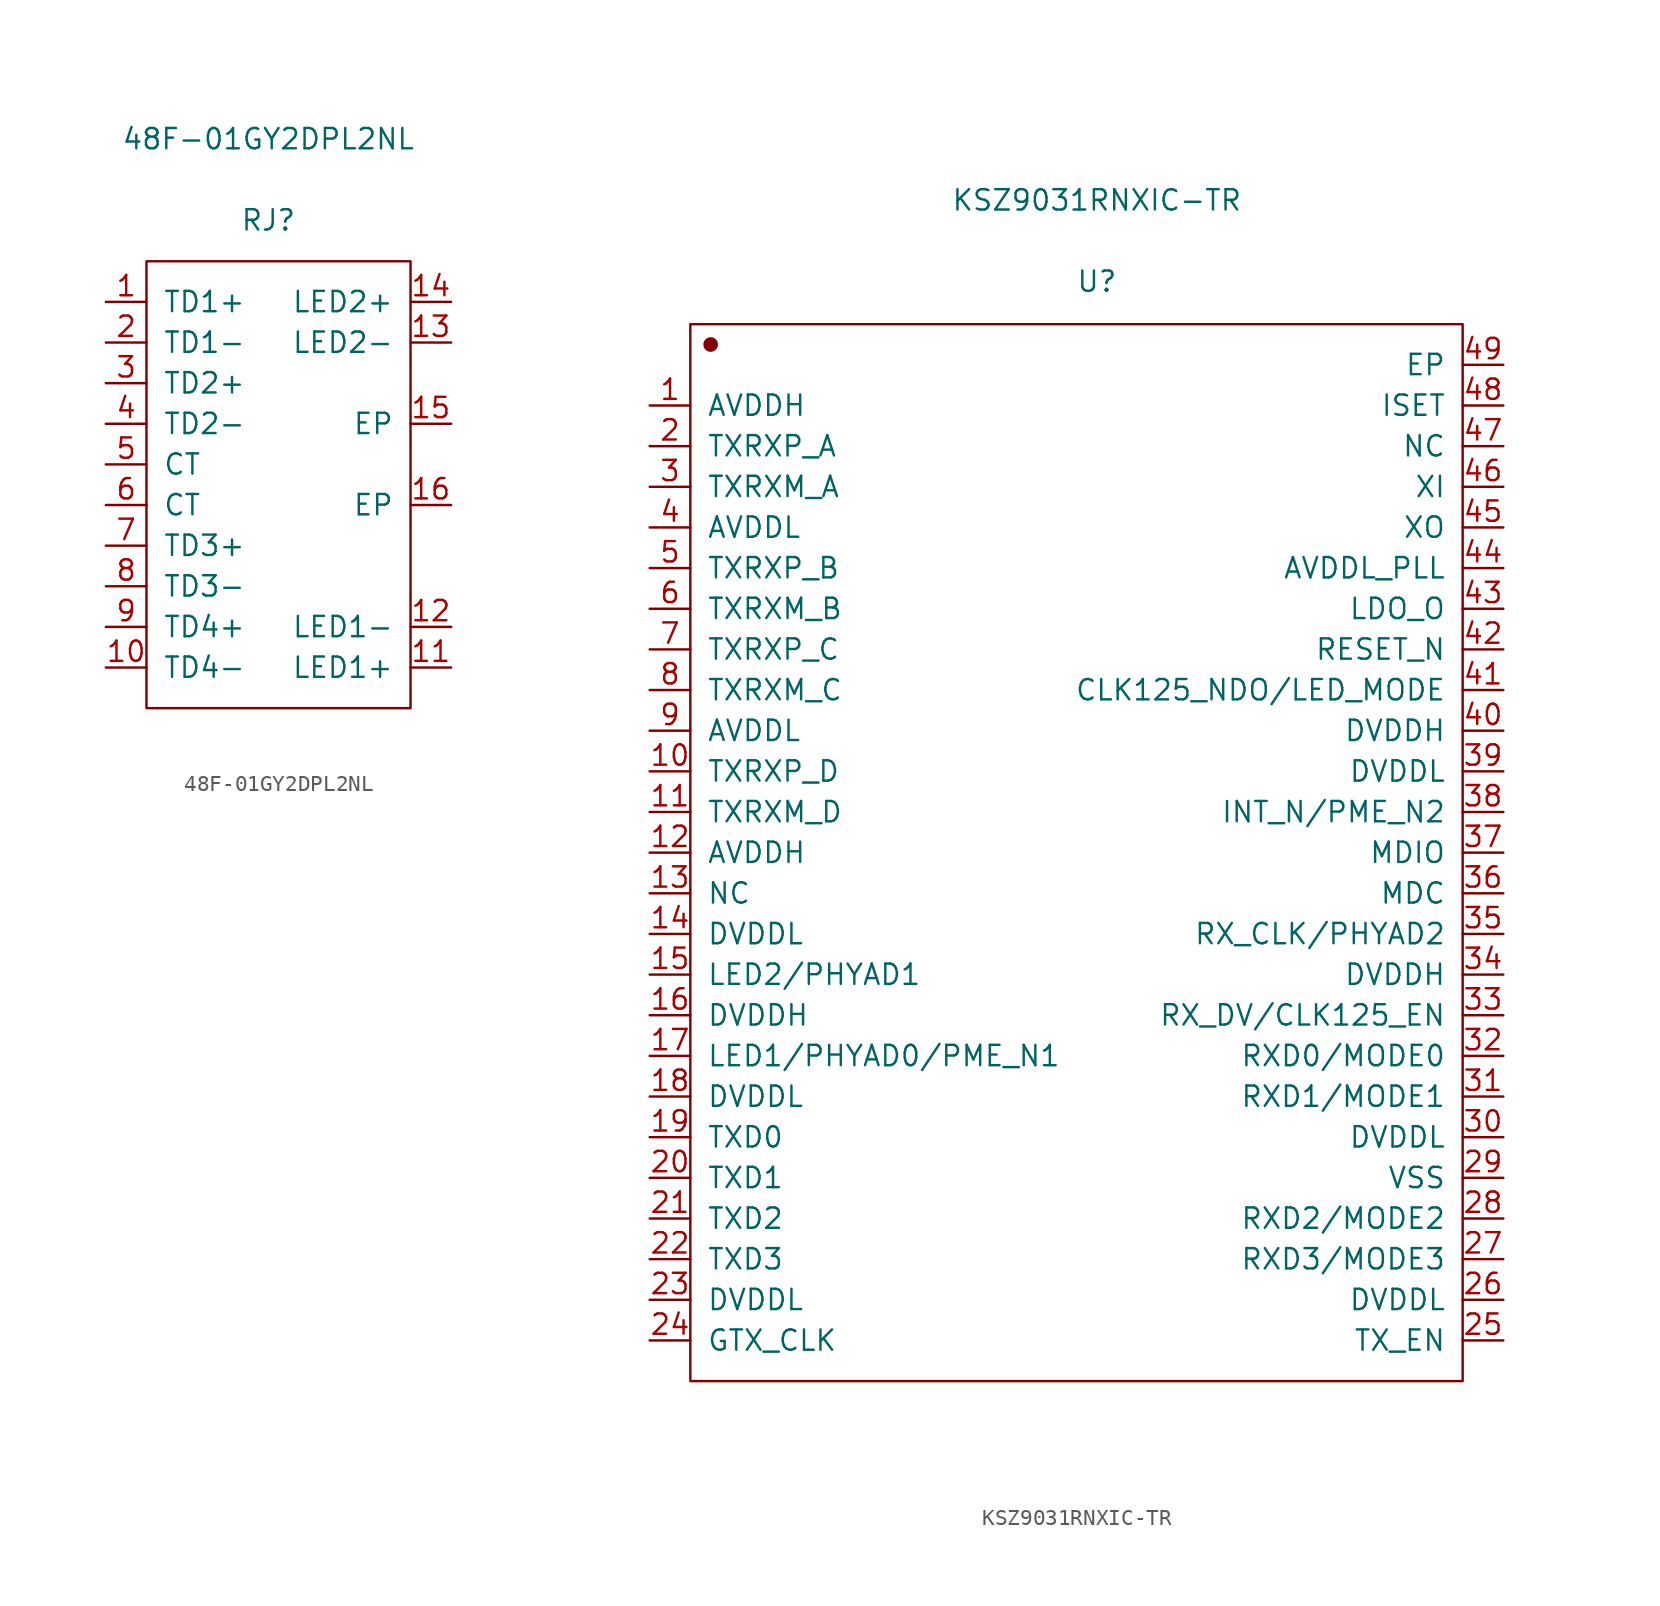
<source format=kicad_sym>
(kicad_symbol_lib
  (version 20231120)
  (generator "kicad_symbol_editor")
  (generator_version "8.0")
  (symbol "48F-01GY2DPL2NL"
    (pin_names
      (offset 1.016))
    (property "Reference" "RJ"
      (at 0 16.535 0)
      (effects (font (size 1.27 1.27))))
    (property "Value" "48F-01GY2DPL2NL"
      (at 0 21.615 0)
      (effects (font (size 1.27 1.27))))
    (symbol "48F-01GY2DPL2NL_1_1"
      (rectangle (start -7.62 13.97) (end 8.89 -13.97) (stroke (width 0.152) (type solid)) (fill (type none)))
      (pin bidirectional line (at -10.16 11.43 0) (length 2.54) (name "TD1+" (effects (font (size 1.27 1.27)))) (number "1" (effects (font (size 1.27 1.27)))))
      (pin bidirectional line (at -10.16 -11.43 0) (length 2.54) (name "TD4-" (effects (font (size 1.27 1.27)))) (number "10" (effects (font (size 1.27 1.27)))))
      (pin power_in line (at 11.43 -11.43 180) (length 2.54) (name "LED1+" (effects (font (size 1.27 1.27)))) (number "11" (effects (font (size 1.27 1.27)))))
      (pin input line (at 11.43 -8.89 180) (length 2.54) (name "LED1-" (effects (font (size 1.27 1.27)))) (number "12" (effects (font (size 1.27 1.27)))))
      (pin input line (at 11.43 8.89 180) (length 2.54) (name "LED2-" (effects (font (size 1.27 1.27)))) (number "13" (effects (font (size 1.27 1.27)))))
      (pin power_in line (at 11.43 11.43 180) (length 2.54) (name "LED2+" (effects (font (size 1.27 1.27)))) (number "14" (effects (font (size 1.27 1.27)))))
      (pin power_in line (at 11.43 3.81 180) (length 2.54) (name "EP" (effects (font (size 1.27 1.27)))) (number "15" (effects (font (size 1.27 1.27)))))
      (pin power_in line (at 11.43 -1.27 180) (length 2.54) (name "EP" (effects (font (size 1.27 1.27)))) (number "16" (effects (font (size 1.27 1.27)))))
      (pin bidirectional line (at -10.16 8.89 0) (length 2.54) (name "TD1-" (effects (font (size 1.27 1.27)))) (number "2" (effects (font (size 1.27 1.27)))))
      (pin bidirectional line (at -10.16 6.35 0) (length 2.54) (name "TD2+" (effects (font (size 1.27 1.27)))) (number "3" (effects (font (size 1.27 1.27)))))
      (pin bidirectional line (at -10.16 3.81 0) (length 2.54) (name "TD2-" (effects (font (size 1.27 1.27)))) (number "4" (effects (font (size 1.27 1.27)))))
      (pin power_in line (at -10.16 1.27 0) (length 2.54) (name "CT" (effects (font (size 1.27 1.27)))) (number "5" (effects (font (size 1.27 1.27)))))
      (pin power_in line (at -10.16 -1.27 0) (length 2.54) (name "CT" (effects (font (size 1.27 1.27)))) (number "6" (effects (font (size 1.27 1.27)))))
      (pin bidirectional line (at -10.16 -3.81 0) (length 2.54) (name "TD3+" (effects (font (size 1.27 1.27)))) (number "7" (effects (font (size 1.27 1.27)))))
      (pin bidirectional line (at -10.16 -6.35 0) (length 2.54) (name "TD3-" (effects (font (size 1.27 1.27)))) (number "8" (effects (font (size 1.27 1.27)))))
      (pin bidirectional line (at -10.16 -8.89 0) (length 2.54) (name "TD4+" (effects (font (size 1.27 1.27)))) (number "9" (effects (font (size 1.27 1.27)))))))
  (symbol "KSZ9031RNXIC-TR"
    (pin_names
      (offset 1.016))
    (property "Reference" "U"
      (at 0 35.687 0)
      (effects (font (size 1.27 1.27))))
    (property "Value" "KSZ9031RNXIC-TR"
      (at 0 40.767 0)
      (effects (font (size 1.27 1.27))))
    (symbol "KSZ9031RNXIC-TR_1_1"
      (rectangle (start -25.4 33.02) (end 22.86 -33.02) (stroke (width 0.152) (type solid)) (fill (type none)))
      (circle (center -24.13 31.75) (radius 0.381) (stroke (width 0.152) (type solid)) (fill (type outline)))
      (pin power_in line (at -27.94 27.94 0) (length 2.54) (name "AVDDH" (effects (font (size 1.27 1.27)))) (number "1" (effects (font (size 1.27 1.27)))))
      (pin bidirectional line (at -27.94 5.08 0) (length 2.54) (name "TXRXP_D" (effects (font (size 1.27 1.27)))) (number "10" (effects (font (size 1.27 1.27)))))
      (pin bidirectional line (at -27.94 2.54 0) (length 2.54) (name "TXRXM_D" (effects (font (size 1.27 1.27)))) (number "11" (effects (font (size 1.27 1.27)))))
      (pin power_in line (at -27.94 0 0) (length 2.54) (name "AVDDH" (effects (font (size 1.27 1.27)))) (number "12" (effects (font (size 1.27 1.27)))))
      (pin passive line (at -27.94 -2.54 0) (length 2.54) (name "NC" (effects (font (size 1.27 1.27)))) (number "13" (effects (font (size 1.27 1.27)))))
      (pin power_in line (at -27.94 -5.08 0) (length 2.54) (name "DVDDL" (effects (font (size 1.27 1.27)))) (number "14" (effects (font (size 1.27 1.27)))))
      (pin bidirectional line (at -27.94 -7.62 0) (length 2.54) (name "LED2/PHYAD1" (effects (font (size 1.27 1.27)))) (number "15" (effects (font (size 1.27 1.27)))))
      (pin power_in line (at -27.94 -10.16 0) (length 2.54) (name "DVDDH" (effects (font (size 1.27 1.27)))) (number "16" (effects (font (size 1.27 1.27)))))
      (pin bidirectional line (at -27.94 -12.7 0) (length 2.54) (name "LED1/PHYAD0/PME_N1" (effects (font (size 1.27 1.27)))) (number "17" (effects (font (size 1.27 1.27)))))
      (pin power_in line (at -27.94 -15.24 0) (length 2.54) (name "DVDDL" (effects (font (size 1.27 1.27)))) (number "18" (effects (font (size 1.27 1.27)))))
      (pin input line (at -27.94 -17.78 0) (length 2.54) (name "TXD0" (effects (font (size 1.27 1.27)))) (number "19" (effects (font (size 1.27 1.27)))))
      (pin bidirectional line (at -27.94 25.4 0) (length 2.54) (name "TXRXP_A" (effects (font (size 1.27 1.27)))) (number "2" (effects (font (size 1.27 1.27)))))
      (pin input line (at -27.94 -20.32 0) (length 2.54) (name "TXD1" (effects (font (size 1.27 1.27)))) (number "20" (effects (font (size 1.27 1.27)))))
      (pin input line (at -27.94 -22.86 0) (length 2.54) (name "TXD2" (effects (font (size 1.27 1.27)))) (number "21" (effects (font (size 1.27 1.27)))))
      (pin input line (at -27.94 -25.4 0) (length 2.54) (name "TXD3" (effects (font (size 1.27 1.27)))) (number "22" (effects (font (size 1.27 1.27)))))
      (pin power_in line (at -27.94 -27.94 0) (length 2.54) (name "DVDDL" (effects (font (size 1.27 1.27)))) (number "23" (effects (font (size 1.27 1.27)))))
      (pin input line (at -27.94 -30.48 0) (length 2.54) (name "GTX_CLK" (effects (font (size 1.27 1.27)))) (number "24" (effects (font (size 1.27 1.27)))))
      (pin input line (at 25.4 -30.48 180) (length 2.54) (name "TX_EN" (effects (font (size 1.27 1.27)))) (number "25" (effects (font (size 1.27 1.27)))))
      (pin power_in line (at 25.4 -27.94 180) (length 2.54) (name "DVDDL" (effects (font (size 1.27 1.27)))) (number "26" (effects (font (size 1.27 1.27)))))
      (pin bidirectional line (at 25.4 -25.4 180) (length 2.54) (name "RXD3/MODE3" (effects (font (size 1.27 1.27)))) (number "27" (effects (font (size 1.27 1.27)))))
      (pin bidirectional line (at 25.4 -22.86 180) (length 2.54) (name "RXD2/MODE2" (effects (font (size 1.27 1.27)))) (number "28" (effects (font (size 1.27 1.27)))))
      (pin power_in line (at 25.4 -20.32 180) (length 2.54) (name "VSS" (effects (font (size 1.27 1.27)))) (number "29" (effects (font (size 1.27 1.27)))))
      (pin bidirectional line (at -27.94 22.86 0) (length 2.54) (name "TXRXM_A" (effects (font (size 1.27 1.27)))) (number "3" (effects (font (size 1.27 1.27)))))
      (pin power_in line (at 25.4 -17.78 180) (length 2.54) (name "DVDDL" (effects (font (size 1.27 1.27)))) (number "30" (effects (font (size 1.27 1.27)))))
      (pin bidirectional line (at 25.4 -15.24 180) (length 2.54) (name "RXD1/MODE1" (effects (font (size 1.27 1.27)))) (number "31" (effects (font (size 1.27 1.27)))))
      (pin bidirectional line (at 25.4 -12.7 180) (length 2.54) (name "RXD0/MODE0" (effects (font (size 1.27 1.27)))) (number "32" (effects (font (size 1.27 1.27)))))
      (pin bidirectional line (at 25.4 -10.16 180) (length 2.54) (name "RX_DV/CLK125_EN" (effects (font (size 1.27 1.27)))) (number "33" (effects (font (size 1.27 1.27)))))
      (pin power_in line (at 25.4 -7.62 180) (length 2.54) (name "DVDDH" (effects (font (size 1.27 1.27)))) (number "34" (effects (font (size 1.27 1.27)))))
      (pin bidirectional line (at 25.4 -5.08 180) (length 2.54) (name "RX_CLK/PHYAD2" (effects (font (size 1.27 1.27)))) (number "35" (effects (font (size 1.27 1.27)))))
      (pin input line (at 25.4 -2.54 180) (length 2.54) (name "MDC" (effects (font (size 1.27 1.27)))) (number "36" (effects (font (size 1.27 1.27)))))
      (pin bidirectional line (at 25.4 0 180) (length 2.54) (name "MDIO" (effects (font (size 1.27 1.27)))) (number "37" (effects (font (size 1.27 1.27)))))
      (pin output line (at 25.4 2.54 180) (length 2.54) (name "INT_N/PME_N2" (effects (font (size 1.27 1.27)))) (number "38" (effects (font (size 1.27 1.27)))))
      (pin power_in line (at 25.4 5.08 180) (length 2.54) (name "DVDDL" (effects (font (size 1.27 1.27)))) (number "39" (effects (font (size 1.27 1.27)))))
      (pin power_in line (at -27.94 20.32 0) (length 2.54) (name "AVDDL" (effects (font (size 1.27 1.27)))) (number "4" (effects (font (size 1.27 1.27)))))
      (pin power_in line (at 25.4 7.62 180) (length 2.54) (name "DVDDH" (effects (font (size 1.27 1.27)))) (number "40" (effects (font (size 1.27 1.27)))))
      (pin bidirectional line (at 25.4 10.16 180) (length 2.54) (name "CLK125_NDO/LED_MODE" (effects (font (size 1.27 1.27)))) (number "41" (effects (font (size 1.27 1.27)))))
      (pin input line (at 25.4 12.7 180) (length 2.54) (name "RESET_N" (effects (font (size 1.27 1.27)))) (number "42" (effects (font (size 1.27 1.27)))))
      (pin output line (at 25.4 15.24 180) (length 2.54) (name "LDO_O" (effects (font (size 1.27 1.27)))) (number "43" (effects (font (size 1.27 1.27)))))
      (pin power_in line (at 25.4 17.78 180) (length 2.54) (name "AVDDL_PLL" (effects (font (size 1.27 1.27)))) (number "44" (effects (font (size 1.27 1.27)))))
      (pin output line (at 25.4 20.32 180) (length 2.54) (name "XO" (effects (font (size 1.27 1.27)))) (number "45" (effects (font (size 1.27 1.27)))))
      (pin input line (at 25.4 22.86 180) (length 2.54) (name "XI" (effects (font (size 1.27 1.27)))) (number "46" (effects (font (size 1.27 1.27)))))
      (pin passive line (at 25.4 25.4 180) (length 2.54) (name "NC" (effects (font (size 1.27 1.27)))) (number "47" (effects (font (size 1.27 1.27)))))
      (pin bidirectional line (at 25.4 27.94 180) (length 2.54) (name "ISET" (effects (font (size 1.27 1.27)))) (number "48" (effects (font (size 1.27 1.27)))))
      (pin power_in line (at 25.4 30.48 180) (length 2.54) (name "EP" (effects (font (size 1.27 1.27)))) (number "49" (effects (font (size 1.27 1.27)))))
      (pin bidirectional line (at -27.94 17.78 0) (length 2.54) (name "TXRXP_B" (effects (font (size 1.27 1.27)))) (number "5" (effects (font (size 1.27 1.27)))))
      (pin bidirectional line (at -27.94 15.24 0) (length 2.54) (name "TXRXM_B" (effects (font (size 1.27 1.27)))) (number "6" (effects (font (size 1.27 1.27)))))
      (pin bidirectional line (at -27.94 12.7 0) (length 2.54) (name "TXRXP_C" (effects (font (size 1.27 1.27)))) (number "7" (effects (font (size 1.27 1.27)))))
      (pin bidirectional line (at -27.94 10.16 0) (length 2.54) (name "TXRXM_C" (effects (font (size 1.27 1.27)))) (number "8" (effects (font (size 1.27 1.27)))))
      (pin power_in line (at -27.94 7.62 0) (length 2.54) (name "AVDDL" (effects (font (size 1.27 1.27)))) (number "9" (effects (font (size 1.27 1.27))))))))
</source>
